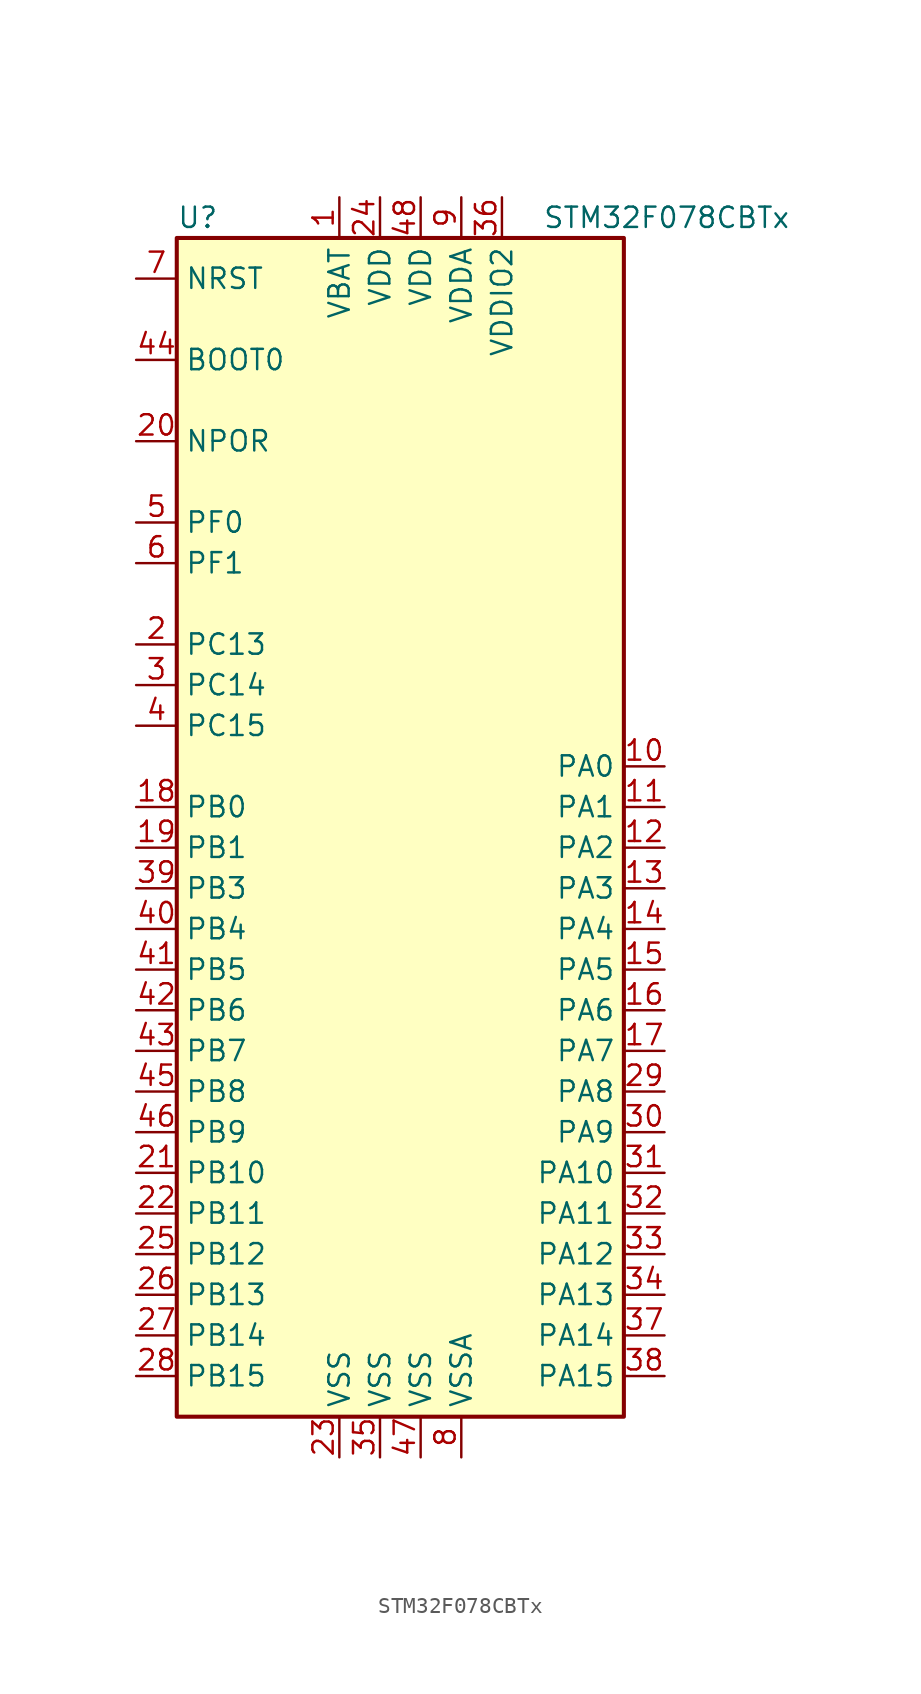
<source format=kicad_sym>
(kicad_symbol_lib
  (version 20201005)
  (generator kicad_symbol_editor)
  (symbol "MCU_ST_STM32F0:STM32F078CBTx"
    (property "Reference" "U"
      (at -15.24 36.83 0)
      (effects (font (size 1.27 1.27)) (justify left)))
    (property "Value" "STM32F078CBTx"
      (at 7.62 36.83 0)
      (effects (font (size 1.27 1.27)) (justify left)))
    (symbol "STM32F078CBTx_0_1"
      (rectangle (start -15.24 -38.1) (end 12.7 35.56) (stroke (width 0.254)) (fill (type background))))
    (symbol "STM32F078CBTx_1_1"
      (pin power_in line (at -5.08 38.1 270) (length 2.54) (name "VBAT" (effects (font (size 1.27 1.27)))) (number "1" (effects (font (size 1.27 1.27)))))
      (pin bidirectional line (at 15.24 2.54 180) (length 2.54) (name "PA0" (effects (font (size 1.27 1.27)))) (number "10" (effects (font (size 1.27 1.27)))))
      (pin bidirectional line (at 15.24 0 180) (length 2.54) (name "PA1" (effects (font (size 1.27 1.27)))) (number "11" (effects (font (size 1.27 1.27)))))
      (pin bidirectional line (at 15.24 -2.54 180) (length 2.54) (name "PA2" (effects (font (size 1.27 1.27)))) (number "12" (effects (font (size 1.27 1.27)))))
      (pin bidirectional line (at 15.24 -5.08 180) (length 2.54) (name "PA3" (effects (font (size 1.27 1.27)))) (number "13" (effects (font (size 1.27 1.27)))))
      (pin bidirectional line (at 15.24 -7.62 180) (length 2.54) (name "PA4" (effects (font (size 1.27 1.27)))) (number "14" (effects (font (size 1.27 1.27)))))
      (pin bidirectional line (at 15.24 -10.16 180) (length 2.54) (name "PA5" (effects (font (size 1.27 1.27)))) (number "15" (effects (font (size 1.27 1.27)))))
      (pin bidirectional line (at 15.24 -12.7 180) (length 2.54) (name "PA6" (effects (font (size 1.27 1.27)))) (number "16" (effects (font (size 1.27 1.27)))))
      (pin bidirectional line (at 15.24 -15.24 180) (length 2.54) (name "PA7" (effects (font (size 1.27 1.27)))) (number "17" (effects (font (size 1.27 1.27)))))
      (pin bidirectional line (at -17.78 0 0) (length 2.54) (name "PB0" (effects (font (size 1.27 1.27)))) (number "18" (effects (font (size 1.27 1.27)))))
      (pin bidirectional line (at -17.78 -2.54 0) (length 2.54) (name "PB1" (effects (font (size 1.27 1.27)))) (number "19" (effects (font (size 1.27 1.27)))))
      (pin bidirectional line (at -17.78 10.16 0) (length 2.54) (name "PC13" (effects (font (size 1.27 1.27)))) (number "2" (effects (font (size 1.27 1.27)))))
      (pin power_in line (at -17.78 22.86 0) (length 2.54) (name "NPOR" (effects (font (size 1.27 1.27)))) (number "20" (effects (font (size 1.27 1.27)))))
      (pin bidirectional line (at -17.78 -22.86 0) (length 2.54) (name "PB10" (effects (font (size 1.27 1.27)))) (number "21" (effects (font (size 1.27 1.27)))))
      (pin bidirectional line (at -17.78 -25.4 0) (length 2.54) (name "PB11" (effects (font (size 1.27 1.27)))) (number "22" (effects (font (size 1.27 1.27)))))
      (pin power_in line (at -5.08 -40.64 90) (length 2.54) (name "VSS" (effects (font (size 1.27 1.27)))) (number "23" (effects (font (size 1.27 1.27)))))
      (pin power_in line (at -2.54 38.1 270) (length 2.54) (name "VDD" (effects (font (size 1.27 1.27)))) (number "24" (effects (font (size 1.27 1.27)))))
      (pin bidirectional line (at -17.78 -27.94 0) (length 2.54) (name "PB12" (effects (font (size 1.27 1.27)))) (number "25" (effects (font (size 1.27 1.27)))))
      (pin bidirectional line (at -17.78 -30.48 0) (length 2.54) (name "PB13" (effects (font (size 1.27 1.27)))) (number "26" (effects (font (size 1.27 1.27)))))
      (pin bidirectional line (at -17.78 -33.02 0) (length 2.54) (name "PB14" (effects (font (size 1.27 1.27)))) (number "27" (effects (font (size 1.27 1.27)))))
      (pin bidirectional line (at -17.78 -35.56 0) (length 2.54) (name "PB15" (effects (font (size 1.27 1.27)))) (number "28" (effects (font (size 1.27 1.27)))))
      (pin bidirectional line (at 15.24 -17.78 180) (length 2.54) (name "PA8" (effects (font (size 1.27 1.27)))) (number "29" (effects (font (size 1.27 1.27)))))
      (pin bidirectional line (at -17.78 7.62 0) (length 2.54) (name "PC14" (effects (font (size 1.27 1.27)))) (number "3" (effects (font (size 1.27 1.27)))))
      (pin bidirectional line (at 15.24 -20.32 180) (length 2.54) (name "PA9" (effects (font (size 1.27 1.27)))) (number "30" (effects (font (size 1.27 1.27)))))
      (pin bidirectional line (at 15.24 -22.86 180) (length 2.54) (name "PA10" (effects (font (size 1.27 1.27)))) (number "31" (effects (font (size 1.27 1.27)))))
      (pin bidirectional line (at 15.24 -25.4 180) (length 2.54) (name "PA11" (effects (font (size 1.27 1.27)))) (number "32" (effects (font (size 1.27 1.27)))))
      (pin bidirectional line (at 15.24 -27.94 180) (length 2.54) (name "PA12" (effects (font (size 1.27 1.27)))) (number "33" (effects (font (size 1.27 1.27)))))
      (pin bidirectional line (at 15.24 -30.48 180) (length 2.54) (name "PA13" (effects (font (size 1.27 1.27)))) (number "34" (effects (font (size 1.27 1.27)))))
      (pin power_in line (at -2.54 -40.64 90) (length 2.54) (name "VSS" (effects (font (size 1.27 1.27)))) (number "35" (effects (font (size 1.27 1.27)))))
      (pin power_in line (at 5.08 38.1 270) (length 2.54) (name "VDDIO2" (effects (font (size 1.27 1.27)))) (number "36" (effects (font (size 1.27 1.27)))))
      (pin bidirectional line (at 15.24 -33.02 180) (length 2.54) (name "PA14" (effects (font (size 1.27 1.27)))) (number "37" (effects (font (size 1.27 1.27)))))
      (pin bidirectional line (at 15.24 -35.56 180) (length 2.54) (name "PA15" (effects (font (size 1.27 1.27)))) (number "38" (effects (font (size 1.27 1.27)))))
      (pin bidirectional line (at -17.78 -5.08 0) (length 2.54) (name "PB3" (effects (font (size 1.27 1.27)))) (number "39" (effects (font (size 1.27 1.27)))))
      (pin bidirectional line (at -17.78 5.08 0) (length 2.54) (name "PC15" (effects (font (size 1.27 1.27)))) (number "4" (effects (font (size 1.27 1.27)))))
      (pin bidirectional line (at -17.78 -7.62 0) (length 2.54) (name "PB4" (effects (font (size 1.27 1.27)))) (number "40" (effects (font (size 1.27 1.27)))))
      (pin bidirectional line (at -17.78 -10.16 0) (length 2.54) (name "PB5" (effects (font (size 1.27 1.27)))) (number "41" (effects (font (size 1.27 1.27)))))
      (pin bidirectional line (at -17.78 -12.7 0) (length 2.54) (name "PB6" (effects (font (size 1.27 1.27)))) (number "42" (effects (font (size 1.27 1.27)))))
      (pin bidirectional line (at -17.78 -15.24 0) (length 2.54) (name "PB7" (effects (font (size 1.27 1.27)))) (number "43" (effects (font (size 1.27 1.27)))))
      (pin input line (at -17.78 27.94 0) (length 2.54) (name "BOOT0" (effects (font (size 1.27 1.27)))) (number "44" (effects (font (size 1.27 1.27)))))
      (pin bidirectional line (at -17.78 -17.78 0) (length 2.54) (name "PB8" (effects (font (size 1.27 1.27)))) (number "45" (effects (font (size 1.27 1.27)))))
      (pin bidirectional line (at -17.78 -20.32 0) (length 2.54) (name "PB9" (effects (font (size 1.27 1.27)))) (number "46" (effects (font (size 1.27 1.27)))))
      (pin power_in line (at 0 -40.64 90) (length 2.54) (name "VSS" (effects (font (size 1.27 1.27)))) (number "47" (effects (font (size 1.27 1.27)))))
      (pin power_in line (at 0 38.1 270) (length 2.54) (name "VDD" (effects (font (size 1.27 1.27)))) (number "48" (effects (font (size 1.27 1.27)))))
      (pin input line (at -17.78 17.78 0) (length 2.54) (name "PF0" (effects (font (size 1.27 1.27)))) (number "5" (effects (font (size 1.27 1.27)))))
      (pin input line (at -17.78 15.24 0) (length 2.54) (name "PF1" (effects (font (size 1.27 1.27)))) (number "6" (effects (font (size 1.27 1.27)))))
      (pin input line (at -17.78 33.02 0) (length 2.54) (name "NRST" (effects (font (size 1.27 1.27)))) (number "7" (effects (font (size 1.27 1.27)))))
      (pin power_in line (at 2.54 -40.64 90) (length 2.54) (name "VSSA" (effects (font (size 1.27 1.27)))) (number "8" (effects (font (size 1.27 1.27)))))
      (pin power_in line (at 2.54 38.1 270) (length 2.54) (name "VDDA" (effects (font (size 1.27 1.27)))) (number "9" (effects (font (size 1.27 1.27))))))))
</source>
